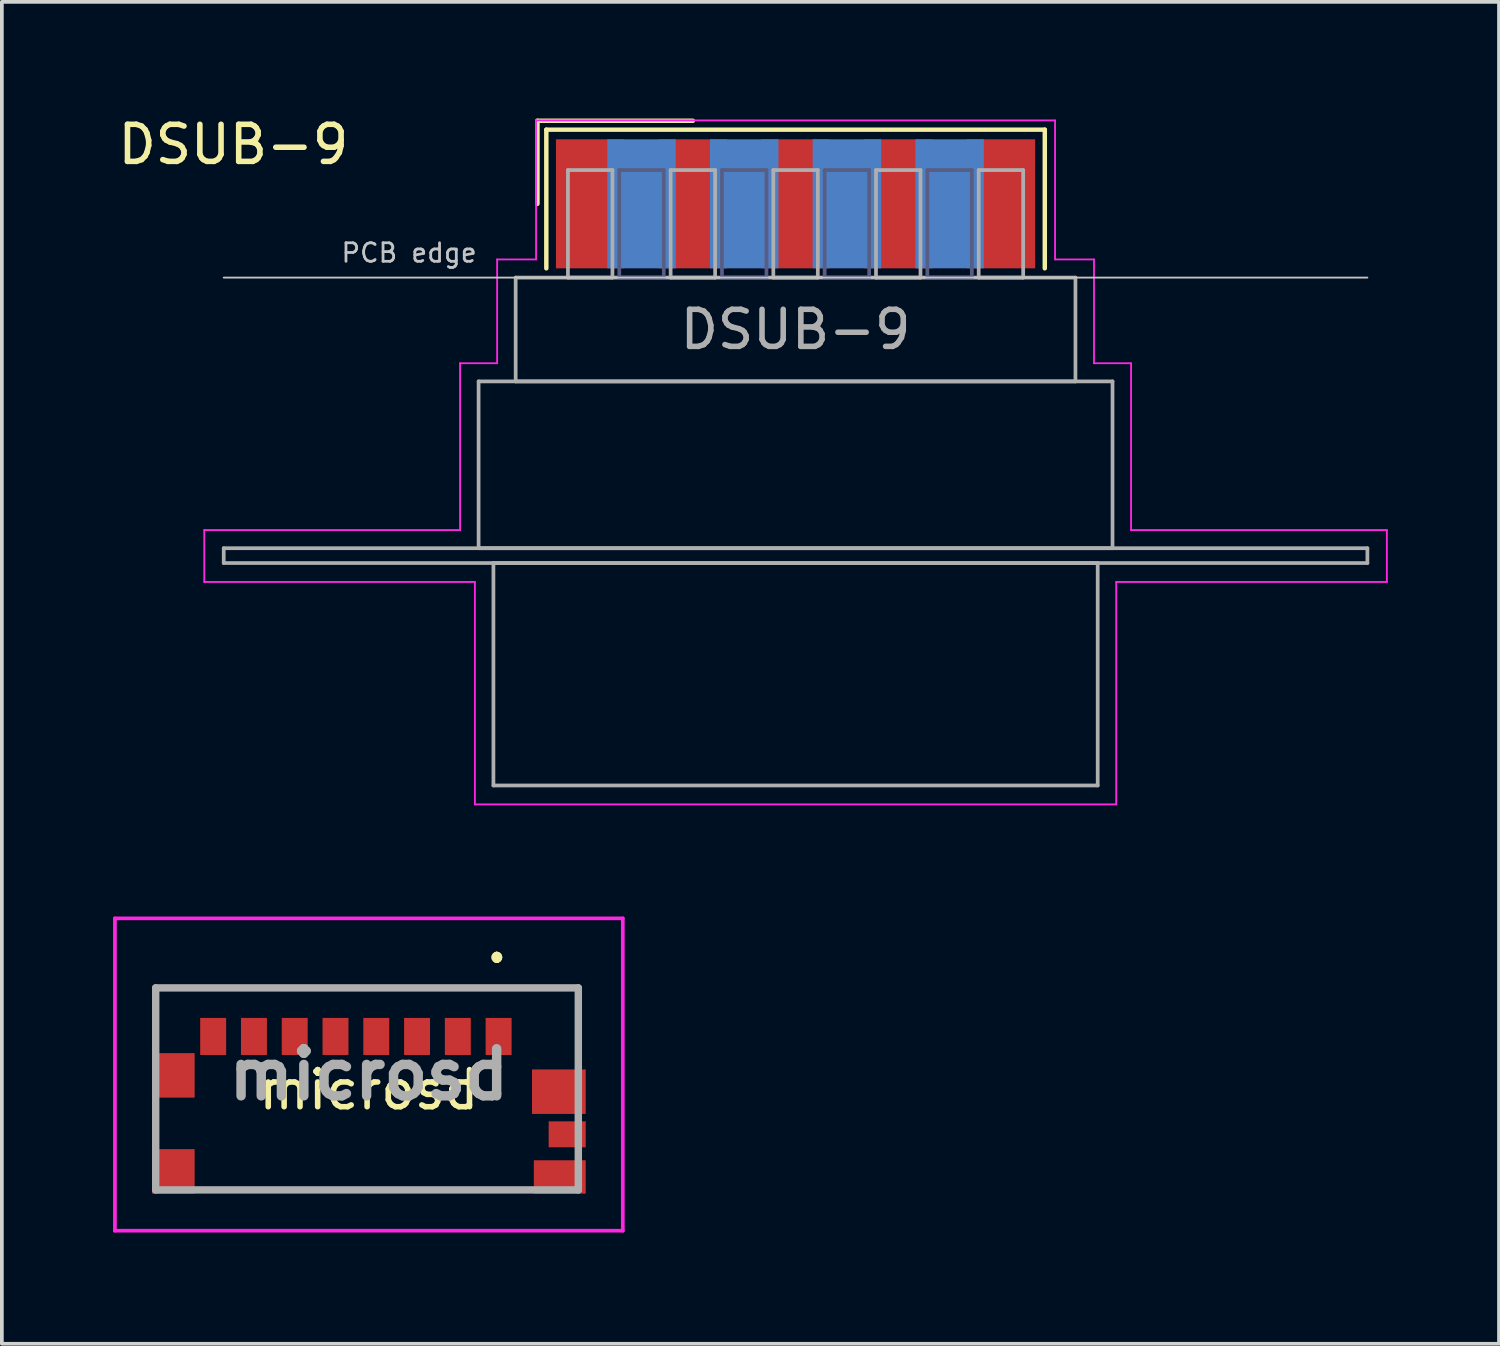
<source format=kicad_pcb>
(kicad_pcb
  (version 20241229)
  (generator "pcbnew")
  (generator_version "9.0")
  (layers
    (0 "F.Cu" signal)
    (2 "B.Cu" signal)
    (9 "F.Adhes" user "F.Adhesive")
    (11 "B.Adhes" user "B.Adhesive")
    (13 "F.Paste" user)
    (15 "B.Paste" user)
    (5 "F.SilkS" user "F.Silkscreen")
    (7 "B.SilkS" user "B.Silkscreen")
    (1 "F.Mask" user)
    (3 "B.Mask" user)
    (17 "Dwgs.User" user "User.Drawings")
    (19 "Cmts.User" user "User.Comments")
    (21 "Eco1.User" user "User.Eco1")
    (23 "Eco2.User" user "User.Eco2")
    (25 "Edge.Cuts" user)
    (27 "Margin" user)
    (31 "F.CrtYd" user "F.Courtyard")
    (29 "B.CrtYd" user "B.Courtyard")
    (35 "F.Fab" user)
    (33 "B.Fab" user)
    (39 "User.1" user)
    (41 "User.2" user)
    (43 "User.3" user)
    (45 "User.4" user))
  (footprint "DSUB-9"
    (layer "F.Cu")
    (at 18.41 2.448)
    (property "Reference" "DSUB-9" (at -11.97 -1.6 0) (layer "F.SilkS") (effects (font (size 1 1) (thickness 0.15)) (justify right)))
    (attr smd)
    (fp_line (start -6.963 -2.24) (end -2.77 -2.24) (stroke (width 0.12) (type solid)) (layer "F.SilkS"))
    (fp_line (start -6.963 0) (end -6.963 -2.24) (stroke (width 0.12) (type solid)) (layer "F.SilkS"))
    (fp_line (start -6.723 -2) (end -6.723 1.74) (stroke (width 0.12) (type solid)) (layer "F.SilkS"))
    (fp_line (start 6.723 -2) (end -6.723 -2) (stroke (width 0.12) (type solid)) (layer "F.SilkS"))
    (fp_line (start 6.723 1.74) (end 6.723 -2) (stroke (width 0.12) (type solid)) (layer "F.SilkS"))
    (fp_line (start -15.425 1.99) (end 15.425 1.99) (stroke (width 0.05) (type solid)) (layer "Dwgs.User"))
    (fp_line (start -15.95 8.8) (end -9.05 8.8) (stroke (width 0.05) (type solid)) (layer "F.CrtYd"))
    (fp_line (start -15.95 10.2) (end -15.95 8.8) (stroke (width 0.05) (type solid)) (layer "F.CrtYd"))
    (fp_line (start -9.05 4.3) (end -8.05 4.3) (stroke (width 0.05) (type solid)) (layer "F.CrtYd"))
    (fp_line (start -9.05 8.8) (end -9.05 4.3) (stroke (width 0.05) (type solid)) (layer "F.CrtYd"))
    (fp_line (start -8.65 10.2) (end -15.95 10.2) (stroke (width 0.05) (type solid)) (layer "F.CrtYd"))
    (fp_line (start -8.65 16.2) (end -8.65 10.2) (stroke (width 0.05) (type solid)) (layer "F.CrtYd"))
    (fp_line (start -8.05 1.5) (end -7 1.5) (stroke (width 0.05) (type solid)) (layer "F.CrtYd"))
    (fp_line (start -8.05 4.3) (end -8.05 1.5) (stroke (width 0.05) (type solid)) (layer "F.CrtYd"))
    (fp_line (start -7 -2.25) (end 7 -2.25) (stroke (width 0.05) (type solid)) (layer "F.CrtYd"))
    (fp_line (start -7 1.5) (end -7 -2.25) (stroke (width 0.05) (type solid)) (layer "F.CrtYd"))
    (fp_line (start 7 -2.25) (end 7 1.5) (stroke (width 0.05) (type solid)) (layer "F.CrtYd"))
    (fp_line (start 7 1.5) (end 8.05 1.5) (stroke (width 0.05) (type solid)) (layer "F.CrtYd"))
    (fp_line (start 8.05 1.5) (end 8.05 4.3) (stroke (width 0.05) (type solid)) (layer "F.CrtYd"))
    (fp_line (start 8.05 4.3) (end 9.05 4.3) (stroke (width 0.05) (type solid)) (layer "F.CrtYd"))
    (fp_line (start 8.65 10.2) (end 8.65 16.2) (stroke (width 0.05) (type solid)) (layer "F.CrtYd"))
    (fp_line (start 8.65 16.2) (end -8.65 16.2) (stroke (width 0.05) (type solid)) (layer "F.CrtYd"))
    (fp_line (start 9.05 4.3) (end 9.05 8.8) (stroke (width 0.05) (type solid)) (layer "F.CrtYd"))
    (fp_line (start 9.05 8.8) (end 15.95 8.8) (stroke (width 0.05) (type solid)) (layer "F.CrtYd"))
    (fp_line (start 15.95 8.8) (end 15.95 10.2) (stroke (width 0.05) (type solid)) (layer "F.CrtYd"))
    (fp_line (start 15.95 10.2) (end 8.65 10.2) (stroke (width 0.05) (type solid)) (layer "F.CrtYd"))
    (fp_line (start -4.755 -0.91) (end -4.755 1.99) (stroke (width 0.1) (type solid)) (layer "B.Fab"))
    (fp_line (start -4.755 1.99) (end -3.555 1.99) (stroke (width 0.1) (type solid)) (layer "B.Fab"))
    (fp_line (start -3.555 -0.91) (end -4.755 -0.91) (stroke (width 0.1) (type solid)) (layer "B.Fab"))
    (fp_line (start -3.555 1.99) (end -3.555 -0.91) (stroke (width 0.1) (type solid)) (layer "B.Fab"))
    (fp_line (start -1.985 -0.91) (end -1.985 1.99) (stroke (width 0.1) (type solid)) (layer "B.Fab"))
    (fp_line (start -1.985 1.99) (end -0.785 1.99) (stroke (width 0.1) (type solid)) (layer "B.Fab"))
    (fp_line (start -0.785 -0.91) (end -1.985 -0.91) (stroke (width 0.1) (type solid)) (layer "B.Fab"))
    (fp_line (start -0.785 1.99) (end -0.785 -0.91) (stroke (width 0.1) (type solid)) (layer "B.Fab"))
    (fp_line (start 0.785 -0.91) (end 0.785 1.99) (stroke (width 0.1) (type solid)) (layer "B.Fab"))
    (fp_line (start 0.785 1.99) (end 1.985 1.99) (stroke (width 0.1) (type solid)) (layer "B.Fab"))
    (fp_line (start 1.985 -0.91) (end 0.785 -0.91) (stroke (width 0.1) (type solid)) (layer "B.Fab"))
    (fp_line (start 1.985 1.99) (end 1.985 -0.91) (stroke (width 0.1) (type solid)) (layer "B.Fab"))
    (fp_line (start 3.555 -0.91) (end 3.555 1.99) (stroke (width 0.1) (type solid)) (layer "B.Fab"))
    (fp_line (start 3.555 1.99) (end 4.755 1.99) (stroke (width 0.1) (type solid)) (layer "B.Fab"))
    (fp_line (start 4.755 -0.91) (end 3.555 -0.91) (stroke (width 0.1) (type solid)) (layer "B.Fab"))
    (fp_line (start 4.755 1.99) (end 4.755 -0.91) (stroke (width 0.1) (type solid)) (layer "B.Fab"))
    (fp_line (start -15.425 9.29) (end -15.425 9.69) (stroke (width 0.1) (type solid)) (layer "F.Fab"))
    (fp_line (start -15.425 9.69) (end 15.425 9.69) (stroke (width 0.1) (type solid)) (layer "F.Fab"))
    (fp_line (start -8.55 4.79) (end -8.55 9.29) (stroke (width 0.1) (type solid)) (layer "F.Fab"))
    (fp_line (start -8.55 9.29) (end 8.55 9.29) (stroke (width 0.1) (type solid)) (layer "F.Fab"))
    (fp_line (start -8.15 9.69) (end -8.15 15.69) (stroke (width 0.1) (type solid)) (layer "F.Fab"))
    (fp_line (start -8.15 15.69) (end 8.15 15.69) (stroke (width 0.1) (type solid)) (layer "F.Fab"))
    (fp_line (start -7.55 1.99) (end -7.55 4.79) (stroke (width 0.1) (type solid)) (layer "F.Fab"))
    (fp_line (start -7.55 4.79) (end 7.55 4.79) (stroke (width 0.1) (type solid)) (layer "F.Fab"))
    (fp_line (start -6.14 -0.91) (end -6.14 1.99) (stroke (width 0.1) (type solid)) (layer "F.Fab"))
    (fp_line (start -6.14 1.99) (end -4.94 1.99) (stroke (width 0.1) (type solid)) (layer "F.Fab"))
    (fp_line (start -4.94 -0.91) (end -6.14 -0.91) (stroke (width 0.1) (type solid)) (layer "F.Fab"))
    (fp_line (start -4.94 1.99) (end -4.94 -0.91) (stroke (width 0.1) (type solid)) (layer "F.Fab"))
    (fp_line (start -3.37 -0.91) (end -3.37 1.99) (stroke (width 0.1) (type solid)) (layer "F.Fab"))
    (fp_line (start -3.37 1.99) (end -2.17 1.99) (stroke (width 0.1) (type solid)) (layer "F.Fab"))
    (fp_line (start -2.17 -0.91) (end -3.37 -0.91) (stroke (width 0.1) (type solid)) (layer "F.Fab"))
    (fp_line (start -2.17 1.99) (end -2.17 -0.91) (stroke (width 0.1) (type solid)) (layer "F.Fab"))
    (fp_line (start -0.6 -0.91) (end -0.6 1.99) (stroke (width 0.1) (type solid)) (layer "F.Fab"))
    (fp_line (start -0.6 1.99) (end 0.6 1.99) (stroke (width 0.1) (type solid)) (layer "F.Fab"))
    (fp_line (start 0.6 -0.91) (end -0.6 -0.91) (stroke (width 0.1) (type solid)) (layer "F.Fab"))
    (fp_line (start 0.6 1.99) (end 0.6 -0.91) (stroke (width 0.1) (type solid)) (layer "F.Fab"))
    (fp_line (start 2.17 -0.91) (end 2.17 1.99) (stroke (width 0.1) (type solid)) (layer "F.Fab"))
    (fp_line (start 2.17 1.99) (end 3.37 1.99) (stroke (width 0.1) (type solid)) (layer "F.Fab"))
    (fp_line (start 3.37 -0.91) (end 2.17 -0.91) (stroke (width 0.1) (type solid)) (layer "F.Fab"))
    (fp_line (start 3.37 1.99) (end 3.37 -0.91) (stroke (width 0.1) (type solid)) (layer "F.Fab"))
    (fp_line (start 4.94 -0.91) (end 4.94 1.99) (stroke (width 0.1) (type solid)) (layer "F.Fab"))
    (fp_line (start 4.94 1.99) (end 6.14 1.99) (stroke (width 0.1) (type solid)) (layer "F.Fab"))
    (fp_line (start 6.14 -0.91) (end 4.94 -0.91) (stroke (width 0.1) (type solid)) (layer "F.Fab"))
    (fp_line (start 6.14 1.99) (end 6.14 -0.91) (stroke (width 0.1) (type solid)) (layer "F.Fab"))
    (fp_line (start 7.55 1.99) (end -7.55 1.99) (stroke (width 0.1) (type solid)) (layer "F.Fab"))
    (fp_line (start 7.55 4.79) (end 7.55 1.99) (stroke (width 0.1) (type solid)) (layer "F.Fab"))
    (fp_line (start 8.15 9.69) (end -8.15 9.69) (stroke (width 0.1) (type solid)) (layer "F.Fab"))
    (fp_line (start 8.15 15.69) (end 8.15 9.69) (stroke (width 0.1) (type solid)) (layer "F.Fab"))
    (fp_line (start 8.55 4.79) (end -8.55 4.79) (stroke (width 0.1) (type solid)) (layer "F.Fab"))
    (fp_line (start 8.55 9.29) (end 8.55 4.79) (stroke (width 0.1) (type solid)) (layer "F.Fab"))
    (fp_line (start 15.425 9.29) (end -15.425 9.29) (stroke (width 0.1) (type solid)) (layer "F.Fab"))
    (fp_line (start 15.425 9.69) (end 15.425 9.29) (stroke (width 0.1) (type solid)) (layer "F.Fab"))
    (fp_text user "PCB edge" (at -10.425 1.323 0) (layer "Dwgs.User") (effects (font (size 0.5 0.5) (thickness 0.075))))
    (fp_text user "${REFERENCE}" (at 0 3.39 0) (layer "F.Fab") (effects (font (size 1 1) (thickness 0.15))))
    (pad "1" smd rect (at -5.54 0) (size 1.847 3.48) (layers "F.Cu" "F.Mask" "F.Paste"))
    (pad "2" smd rect (at -2.77 0) (size 1.847 3.48) (layers "F.Cu" "F.Mask" "F.Paste"))
    (pad "3" smd rect (at 0 0) (size 1.847 3.48) (layers "F.Cu" "F.Mask" "F.Paste"))
    (pad "4" smd rect (at 2.77 0) (size 1.847 3.48) (layers "F.Cu" "F.Mask" "F.Paste"))
    (pad "5" smd rect (at 5.54 0) (size 1.847 3.48) (layers "F.Cu" "F.Mask" "F.Paste"))
    (pad "6" smd rect (at -4.155 0) (size 1.847 3.48) (layers "B.Cu" "B.Mask" "B.Paste"))
    (pad "7" smd rect (at -1.385 0) (size 1.847 3.48) (layers "B.Cu" "B.Mask" "B.Paste"))
    (pad "8" smd rect (at 1.385 0) (size 1.847 3.48) (layers "B.Cu" "B.Mask" "B.Paste"))
    (pad "9" smd rect (at 4.155 0) (size 1.847 3.48) (layers "B.Cu" "B.Mask" "B.Paste")))
  (footprint "microsd"
    (layer "F.Cu")
    (at 6.85 26.348)
    (property "Reference" "microsd" (at 0.05 0 0) (layer "F.SilkS") (effects (font (size 1 1) (thickness 0.15))))
    (attr smd)
    (fp_line (start -5.7 -2.75) (end 5.7 -2.75) (stroke (width 0.1) (type solid)) (layer "F.SilkS"))
    (fp_line (start -5.7 -1.225) (end -5.7 -2.75) (stroke (width 0.1) (type solid)) (layer "F.SilkS"))
    (fp_line (start -4.4 2.7) (end 4.2 2.7) (stroke (width 0.1) (type solid)) (layer "F.SilkS"))
    (fp_line (start 3.5 -3.625) (end 3.5 -3.625) (stroke (width 0.2) (type solid)) (layer "F.SilkS"))
    (fp_line (start 3.5 -3.525) (end 3.5 -3.525) (stroke (width 0.2) (type solid)) (layer "F.SilkS"))
    (fp_line (start 3.5 -3.525) (end 3.5 -3.525) (stroke (width 0.2) (type solid)) (layer "F.SilkS"))
    (fp_line (start 5.7 -2.75) (end 5.7 -0.825) (stroke (width 0.1) (type solid)) (layer "F.SilkS"))
    (fp_arc (start 3.5 -3.625) (mid 3.55 -3.575) (end 3.5 -3.525) (stroke (width 0.2) (type solid)) (layer "F.SilkS"))
    (fp_arc (start 3.5 -3.625) (mid 3.55 -3.575) (end 3.5 -3.525) (stroke (width 0.2) (type solid)) (layer "F.SilkS"))
    (fp_arc (start 3.5 -3.525) (mid 3.45 -3.575) (end 3.5 -3.625) (stroke (width 0.2) (type solid)) (layer "F.SilkS"))
    (fp_line (start -6.8 -4.625) (end 6.9 -4.625) (stroke (width 0.1) (type solid)) (layer "F.CrtYd"))
    (fp_line (start -6.8 3.8) (end -6.8 -4.625) (stroke (width 0.1) (type solid)) (layer "F.CrtYd"))
    (fp_line (start 6.9 -4.625) (end 6.9 3.8) (stroke (width 0.1) (type solid)) (layer "F.CrtYd"))
    (fp_line (start 6.9 3.8) (end -6.8 3.8) (stroke (width 0.1) (type solid)) (layer "F.CrtYd"))
    (fp_line (start -5.7 -2.75) (end 5.7 -2.75) (stroke (width 0.2) (type solid)) (layer "F.Fab"))
    (fp_line (start -5.7 2.7) (end -5.7 -2.75) (stroke (width 0.2) (type solid)) (layer "F.Fab"))
    (fp_line (start 5.7 -2.75) (end 5.7 2.7) (stroke (width 0.2) (type solid)) (layer "F.Fab"))
    (fp_line (start 5.7 2.7) (end -5.7 2.7) (stroke (width 0.2) (type solid)) (layer "F.Fab"))
    (fp_text user "${REFERENCE}" (at 0.05 -0.413 0) (layer "F.Fab") (effects (font (size 1.27 1.27) (thickness 0.254))))
    (pad "G1" smd rect (at -5.225 -0.39) (size 1.15 1.2) (layers "F.Cu" "F.Mask" "F.Paste"))
    (pad "G2" smd rect (at -5.225 2.2) (size 1.15 1.2) (layers "F.Cu" "F.Mask" "F.Paste"))
    (pad "G3" smd rect (at 5.175 0.05 90) (size 1.2 1.45) (layers "F.Cu" "F.Mask" "F.Paste"))
    (pad "G4" smd rect (at 5.4 1.2 90) (size 0.7 1) (layers "F.Cu" "F.Mask" "F.Paste"))
    (pad "G5" smd rect (at 5.2 2.35 90) (size 0.9 1.4) (layers "F.Cu" "F.Mask" "F.Paste"))
    (pad "P1" smd rect (at 3.55 -1.44) (size 0.7 1) (layers "F.Cu" "F.Mask" "F.Paste"))
    (pad "P2" smd rect (at 2.45 -1.44) (size 0.7 1) (layers "F.Cu" "F.Mask" "F.Paste"))
    (pad "P3" smd rect (at 1.35 -1.44) (size 0.7 1) (layers "F.Cu" "F.Mask" "F.Paste"))
    (pad "P4" smd rect (at 0.25 -1.44) (size 0.7 1) (layers "F.Cu" "F.Mask" "F.Paste"))
    (pad "P5" smd rect (at -0.85 -1.44) (size 0.7 1) (layers "F.Cu" "F.Mask" "F.Paste"))
    (pad "P6" smd rect (at -1.95 -1.44) (size 0.7 1) (layers "F.Cu" "F.Mask" "F.Paste"))
    (pad "P7" smd rect (at -3.05 -1.44) (size 0.7 1) (layers "F.Cu" "F.Mask" "F.Paste"))
    (pad "P8" smd rect (at -4.15 -1.44) (size 0.7 1) (layers "F.Cu" "F.Mask" "F.Paste")))
  (gr_rect
    (start -3 -3)
    (end 37.385 33.198)
    (stroke (width 0.1) (type default))
    (fill no)
    (layer "Edge.Cuts")))
</source>
